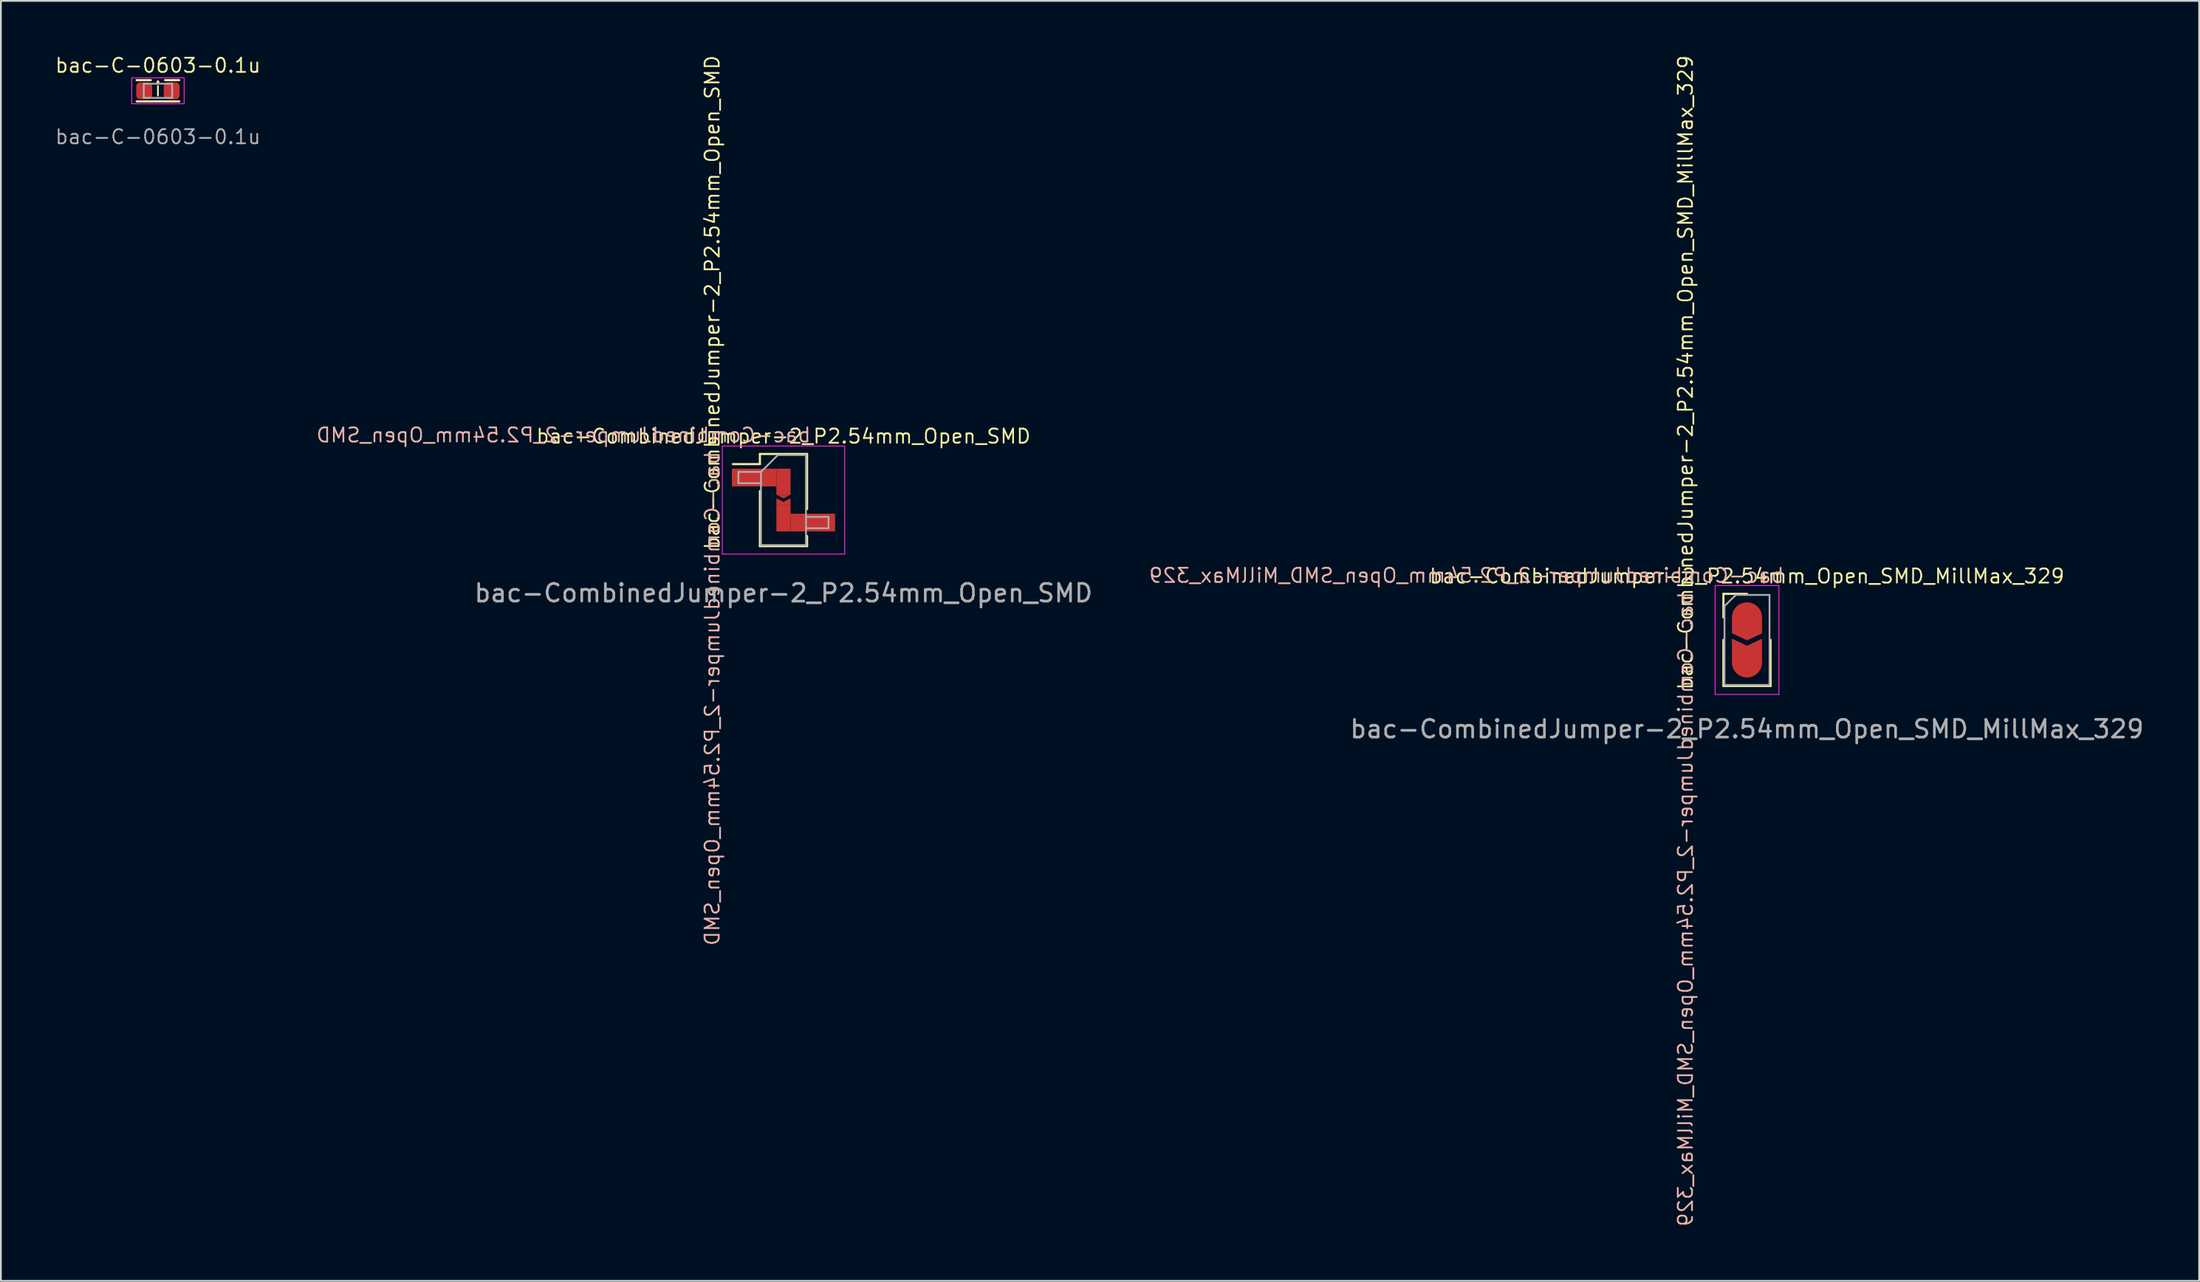
<source format=kicad_pcb>
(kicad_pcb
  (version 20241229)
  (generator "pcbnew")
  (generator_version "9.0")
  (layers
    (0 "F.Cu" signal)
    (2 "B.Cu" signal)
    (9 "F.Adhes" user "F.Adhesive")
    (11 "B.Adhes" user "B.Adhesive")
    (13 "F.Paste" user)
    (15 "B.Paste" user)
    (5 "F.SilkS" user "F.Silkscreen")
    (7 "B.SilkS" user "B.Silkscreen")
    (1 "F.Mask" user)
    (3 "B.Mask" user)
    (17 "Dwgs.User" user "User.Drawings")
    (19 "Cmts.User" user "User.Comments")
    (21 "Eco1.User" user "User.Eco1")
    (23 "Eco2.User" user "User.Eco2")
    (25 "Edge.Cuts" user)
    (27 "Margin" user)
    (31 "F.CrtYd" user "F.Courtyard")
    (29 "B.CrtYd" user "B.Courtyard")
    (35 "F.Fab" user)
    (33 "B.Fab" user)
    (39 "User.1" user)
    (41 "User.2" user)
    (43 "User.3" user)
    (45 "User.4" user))
  (footprint "bac-C-0603-0.1u"
    (layer "F.Cu")
    (at 5.86 2.074)
    (property "Reference" "bac-C-0603-0.1u" (at 0 -1.43 0) (layer "F.SilkS") (effects (font (size 0.8 0.8) (thickness 0.1))))
    (attr smd)
    (fp_line (start -1.2 -0.6) (end -0.4 -0.6) (stroke (width 0.12) (type solid)) (layer "F.SilkS"))
    (fp_line (start -1.2 0.6) (end 1.2 0.6) (stroke (width 0.12) (type solid)) (layer "F.SilkS"))
    (fp_line (start 0.4 -0.6) (end 1.2 -0.6) (stroke (width 0.12) (type solid)) (layer "F.SilkS"))
    (fp_line (start -1.48 -0.73) (end 1.48 -0.73) (stroke (width 0.05) (type solid)) (layer "F.CrtYd"))
    (fp_line (start -1.48 0.73) (end -1.48 -0.73) (stroke (width 0.05) (type solid)) (layer "F.CrtYd"))
    (fp_line (start 1.48 -0.73) (end 1.48 0.73) (stroke (width 0.05) (type solid)) (layer "F.CrtYd"))
    (fp_line (start 1.48 0.73) (end -1.48 0.73) (stroke (width 0.05) (type solid)) (layer "F.CrtYd"))
    (fp_line (start -0.8 -0.4) (end 0.8 -0.4) (stroke (width 0.1) (type solid)) (layer "F.Fab"))
    (fp_line (start -0.8 0.4) (end -0.8 -0.4) (stroke (width 0.1) (type solid)) (layer "F.Fab"))
    (fp_line (start 0.8 -0.4) (end 0.8 0.4) (stroke (width 0.1) (type solid)) (layer "F.Fab"))
    (fp_line (start 0.8 0.4) (end -0.8 0.4) (stroke (width 0.1) (type solid)) (layer "F.Fab"))
    (fp_text user "i" (at 0 -0.1 0) (unlocked yes) (layer "F.SilkS") (effects (font (size 0.8 0.6) (thickness 0.1))))
    (fp_text user "${REFERENCE}" (at 0 2.6 0) (layer "F.Fab") (effects (font (size 0.8 0.8) (thickness 0.1))))
    (pad "1" smd roundrect (at -0.775 0) (size 0.9 0.95) (layers "F.Cu" "F.Mask" "F.Paste") (roundrect_rratio 0.25))
    (pad "2" smd roundrect (at 0.775 0) (size 0.9 0.95) (layers "F.Cu" "F.Mask" "F.Paste") (roundrect_rratio 0.25)))
  (footprint "bac-CombinedJumper-2_P2.54mm_Open_SMD"
    (layer "F.Cu")
    (at 41.147 25.176)
    (property "Reference" "bac-CombinedJumper-2_P2.54mm_Open_SMD" (at 0 -3.6 0) (layer "F.SilkS") (effects (font (size 0.8 0.8) (thickness 0.1))))
    (property "Value" "bac-CombinedJumper-2_P2.54mm_Open_SMD" (at 0 3.6 0) (layer "F.Fab") (hide yes) (effects (font (size 1 1) (thickness 0.15))))
    (attr smd)
    (fp_rect (start -0.4 -1.77) (end 0.4 -0.3) (stroke (width 0) (type solid)) (fill yes) (layer "F.Cu"))
    (fp_rect (start -0.4 0.3) (end 0.4 1.77) (stroke (width 0) (type solid)) (fill yes) (layer "F.Cu"))
    (fp_poly (pts (xy -0.4 -0.3) (xy 0 -0.1) (xy 0.4 -0.3)) (stroke (width 0) (type solid)) (fill yes) (layer "F.Cu"))
    (fp_poly (pts (xy -0.4 0.3) (xy -0.4 -0.1) (xy 0 0.1) (xy 0.4 -0.1) (xy 0.4 0.3)) (stroke (width 0) (type solid)) (fill yes) (layer "F.Cu"))
    (fp_rect (start -0.4 -0.55) (end 0.4 0.35) (stroke (width 0) (type solid)) (fill yes) (layer "F.Mask"))
    (fp_line (start -1.33 -2.6) (end -1.33 -2.03) (stroke (width 0.12) (type solid)) (layer "F.SilkS"))
    (fp_line (start -1.33 -2.6) (end 1.33 -2.6) (stroke (width 0.12) (type solid)) (layer "F.SilkS"))
    (fp_line (start -1.33 -2.03) (end -2.85 -2.03) (stroke (width 0.12) (type solid)) (layer "F.SilkS"))
    (fp_line (start -1.33 -0.51) (end -1.33 2.6) (stroke (width 0.12) (type solid)) (layer "F.SilkS"))
    (fp_line (start -1.33 2.6) (end 1.33 2.6) (stroke (width 0.12) (type solid)) (layer "F.SilkS"))
    (fp_line (start 1.33 -2.6) (end 1.33 0.51) (stroke (width 0.12) (type solid)) (layer "F.SilkS"))
    (fp_line (start 1.33 2.03) (end 1.33 2.6) (stroke (width 0.12) (type solid)) (layer "F.SilkS"))
    (fp_line (start -3.45 -3.05) (end -3.45 3.05) (stroke (width 0.05) (type solid)) (layer "F.CrtYd"))
    (fp_line (start -3.45 3.05) (end 3.45 3.05) (stroke (width 0.05) (type solid)) (layer "F.CrtYd"))
    (fp_line (start 3.45 -3.05) (end -3.45 -3.05) (stroke (width 0.05) (type solid)) (layer "F.CrtYd"))
    (fp_line (start 3.45 3.05) (end 3.45 -3.05) (stroke (width 0.05) (type solid)) (layer "F.CrtYd"))
    (fp_line (start -2.54 -1.59) (end -2.54 -0.95) (stroke (width 0.1) (type solid)) (layer "F.Fab"))
    (fp_line (start -2.54 -0.95) (end -1.27 -0.95) (stroke (width 0.1) (type solid)) (layer "F.Fab"))
    (fp_line (start -1.27 -1.59) (end -2.54 -1.59) (stroke (width 0.1) (type solid)) (layer "F.Fab"))
    (fp_line (start -1.27 -1.59) (end -0.32 -2.54) (stroke (width 0.1) (type solid)) (layer "F.Fab"))
    (fp_line (start -1.27 2.54) (end -1.27 -1.59) (stroke (width 0.1) (type solid)) (layer "F.Fab"))
    (fp_line (start -0.32 -2.54) (end 1.27 -2.54) (stroke (width 0.1) (type solid)) (layer "F.Fab"))
    (fp_line (start 1.27 -2.54) (end 1.27 2.54) (stroke (width 0.1) (type solid)) (layer "F.Fab"))
    (fp_line (start 1.27 0.95) (end 2.54 0.95) (stroke (width 0.1) (type solid)) (layer "F.Fab"))
    (fp_line (start 1.27 2.54) (end -1.27 2.54) (stroke (width 0.1) (type solid)) (layer "F.Fab"))
    (fp_line (start 2.54 0.95) (end 2.54 1.59) (stroke (width 0.1) (type solid)) (layer "F.Fab"))
    (fp_line (start 2.54 1.59) (end 1.27 1.59) (stroke (width 0.1) (type solid)) (layer "F.Fab"))
    (fp_text user "${VALUE}" (at -3.55 2.85 90) (unlocked yes) (layer "F.SilkS") (effects (font (size 0.8 0.8) (thickness 0.1)) (justify left bottom)))
    (fp_text user "${REFERENCE}" (at 1.6 -3.2 0) (unlocked yes) (layer "B.SilkS") (effects (font (size 0.8 0.8) (thickness 0.1)) (justify left bottom mirror)))
    (fp_text user "${VALUE}" (at -3.55 -2.8 90) (unlocked yes) (layer "B.SilkS") (effects (font (size 0.8 0.8) (thickness 0.1)) (justify left bottom mirror)))
    (fp_text user "${REFERENCE}" (at 0 5.25 180) (layer "F.Fab") (effects (font (size 1 1) (thickness 0.15))))
    (pad "1" smd rect (at -1.655 -1.27) (size 2.51 1) (layers "F.Cu" "F.Mask" "F.Paste"))
    (pad "2" smd rect (at 1.655 1.27) (size 2.51 1) (layers "F.Cu" "F.Mask" "F.Paste")))
  (footprint "bac-CombinedJumper-2_P2.54mm_Open_SMD_MillMax_329"
    (layer "F.Cu")
    (at 95.5 31.8)
    (property "Reference" "bac-CombinedJumper-2_P2.54mm_Open_SMD_MillMax_329" (at 0 -2.33 0) (layer "F.SilkS") (effects (font (size 0.8 0.8) (thickness 0.1))))
    (property "Value" "bac-CombinedJumper-2_P2.54mm_Open_SMD_MillMax_329" (at 0 4.87 0) (layer "F.Fab") (hide yes) (effects (font (size 1 1) (thickness 0.15))))
    (attr through_hole)
    (fp_poly (pts (xy -0.85 2.54) (xy -0.85 1.2) (xy 0 1.6) (xy 0.85 1.2) (xy 0.85 2.54)) (stroke (width 0) (type solid)) (fill yes) (layer "F.Cu"))
    (fp_poly (pts (xy 0.85 0) (xy -0.85 0) (xy -0.849 0.896) (xy 0.001 1.296) (xy 0.851 0.896)) (stroke (width 0) (type solid)) (fill yes) (layer "F.Cu"))
    (fp_rect (start -0.85 0) (end 0.85 2.54) (stroke (width 0) (type solid)) (fill yes) (layer "F.Mask"))
    (fp_line (start -1.33 -1.33) (end 0 -1.33) (stroke (width 0.12) (type solid)) (layer "F.SilkS"))
    (fp_line (start -1.33 0) (end -1.33 -1.33) (stroke (width 0.12) (type solid)) (layer "F.SilkS"))
    (fp_line (start -1.33 1.27) (end -1.33 3.87) (stroke (width 0.12) (type solid)) (layer "F.SilkS"))
    (fp_line (start -1.33 3.87) (end 1.33 3.87) (stroke (width 0.12) (type solid)) (layer "F.SilkS"))
    (fp_line (start 1.33 1.27) (end 1.33 3.87) (stroke (width 0.12) (type solid)) (layer "F.SilkS"))
    (fp_line (start -1.8 -1.8) (end -1.8 4.35) (stroke (width 0.05) (type solid)) (layer "F.CrtYd"))
    (fp_line (start -1.8 4.35) (end 1.8 4.35) (stroke (width 0.05) (type solid)) (layer "F.CrtYd"))
    (fp_line (start 1.8 -1.8) (end -1.8 -1.8) (stroke (width 0.05) (type solid)) (layer "F.CrtYd"))
    (fp_line (start 1.8 4.35) (end 1.8 -1.8) (stroke (width 0.05) (type solid)) (layer "F.CrtYd"))
    (fp_line (start -1.27 -0.635) (end -0.635 -1.27) (stroke (width 0.1) (type solid)) (layer "F.Fab"))
    (fp_line (start -1.27 3.81) (end -1.27 -0.635) (stroke (width 0.1) (type solid)) (layer "F.Fab"))
    (fp_line (start -0.635 -1.27) (end 1.27 -1.27) (stroke (width 0.1) (type solid)) (layer "F.Fab"))
    (fp_line (start 1.27 -1.27) (end 1.27 3.81) (stroke (width 0.1) (type solid)) (layer "F.Fab"))
    (fp_line (start 1.27 3.81) (end -1.27 3.81) (stroke (width 0.1) (type solid)) (layer "F.Fab"))
    (fp_text user "${VALUE}" (at -3 4.15 90) (unlocked yes) (layer "F.SilkS") (effects (font (size 0.8 0.8) (thickness 0.1)) (justify left bottom)))
    (fp_text user "${REFERENCE}" (at 2.15 -1.9 0) (unlocked yes) (layer "B.SilkS") (effects (font (size 0.8 0.8) (thickness 0.1)) (justify left bottom mirror)))
    (fp_text user "${VALUE}" (at -3 -1.5 90) (unlocked yes) (layer "B.SilkS") (effects (font (size 0.8 0.8) (thickness 0.1)) (justify left bottom mirror)))
    (fp_text user "${REFERENCE}" (at 0 6.3 180) (layer "F.Fab") (effects (font (size 1 1) (thickness 0.15))))
    (pad "1" smd circle (at 0 0) (size 1.7 1.7) (layers "F.Cu" "F.Mask" "F.Paste"))
    (pad "2" smd circle (at 0 2.54) (size 1.7 1.7) (layers "F.Cu" "F.Mask" "F.Paste")))
  (gr_rect
    (start -3 -3)
    (end 121.006 69.249)
    (stroke (width 0.1) (type default))
    (fill no)
    (layer "Edge.Cuts")))
</source>
